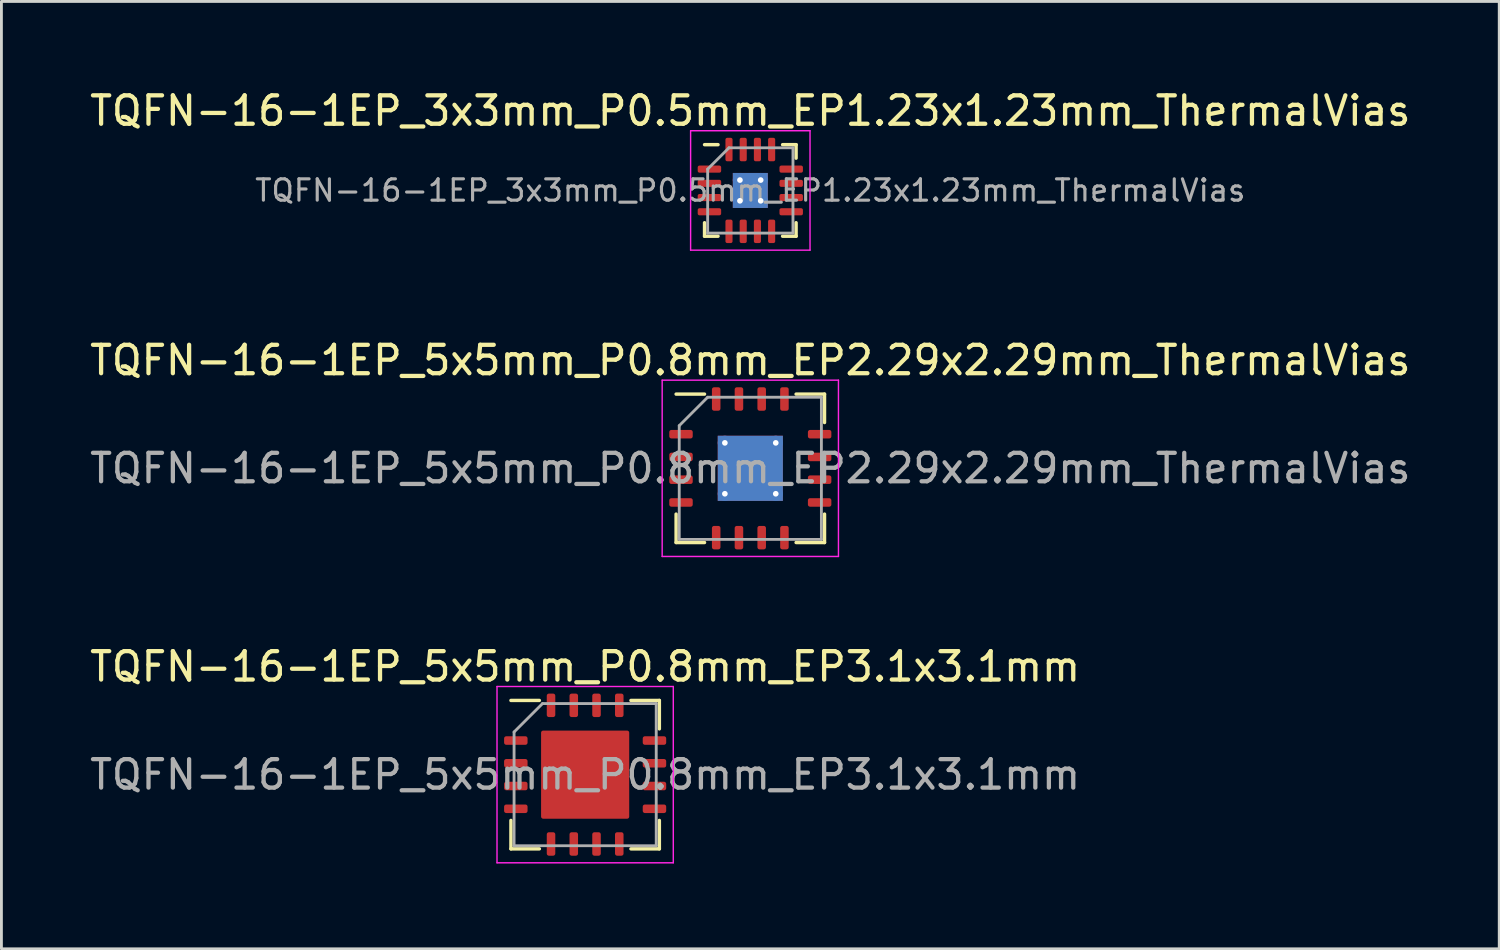
<source format=kicad_pcb>
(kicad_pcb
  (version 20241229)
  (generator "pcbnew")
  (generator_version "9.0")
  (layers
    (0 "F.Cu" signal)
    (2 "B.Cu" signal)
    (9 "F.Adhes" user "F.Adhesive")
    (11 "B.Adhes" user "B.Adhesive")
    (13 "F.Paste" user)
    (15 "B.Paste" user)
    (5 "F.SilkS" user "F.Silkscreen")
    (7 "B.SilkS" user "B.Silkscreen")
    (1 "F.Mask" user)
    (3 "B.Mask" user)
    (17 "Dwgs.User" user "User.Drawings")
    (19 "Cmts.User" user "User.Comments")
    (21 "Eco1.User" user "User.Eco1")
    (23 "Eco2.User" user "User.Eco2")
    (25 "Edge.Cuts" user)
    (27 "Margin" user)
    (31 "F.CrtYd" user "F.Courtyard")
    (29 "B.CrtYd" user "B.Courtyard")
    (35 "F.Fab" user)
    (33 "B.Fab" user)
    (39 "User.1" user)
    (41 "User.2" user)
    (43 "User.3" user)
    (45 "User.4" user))
  (footprint "TQFN-16-1EP_5x5mm_P0.8mm_EP3.1x3.1mm"
    (layer "F.Cu")
    (at 17.53 24.195)
    (property "Reference" "TQFN-16-1EP_5x5mm_P0.8mm_EP3.1x3.1mm" (at 0 -3.8 0) (layer "F.SilkS") (effects (font (size 1 1) (thickness 0.15))))
    (attr smd)
    (fp_line (start -2.61 2.61) (end -2.61 1.61) (stroke (width 0.12) (type solid)) (layer "F.SilkS"))
    (fp_line (start -1.61 -2.61) (end -2.61 -2.61) (stroke (width 0.12) (type solid)) (layer "F.SilkS"))
    (fp_line (start -1.61 2.61) (end -2.61 2.61) (stroke (width 0.12) (type solid)) (layer "F.SilkS"))
    (fp_line (start 1.61 -2.61) (end 2.61 -2.61) (stroke (width 0.12) (type solid)) (layer "F.SilkS"))
    (fp_line (start 1.61 2.61) (end 2.61 2.61) (stroke (width 0.12) (type solid)) (layer "F.SilkS"))
    (fp_line (start 2.61 -2.61) (end 2.61 -1.61) (stroke (width 0.12) (type solid)) (layer "F.SilkS"))
    (fp_line (start 2.61 2.61) (end 2.61 1.61) (stroke (width 0.12) (type solid)) (layer "F.SilkS"))
    (fp_line (start -3.1 -3.1) (end -3.1 3.1) (stroke (width 0.05) (type solid)) (layer "F.CrtYd"))
    (fp_line (start -3.1 3.1) (end 3.1 3.1) (stroke (width 0.05) (type solid)) (layer "F.CrtYd"))
    (fp_line (start 3.1 -3.1) (end -3.1 -3.1) (stroke (width 0.05) (type solid)) (layer "F.CrtYd"))
    (fp_line (start 3.1 3.1) (end 3.1 -3.1) (stroke (width 0.05) (type solid)) (layer "F.CrtYd"))
    (fp_line (start -2.5 -1.5) (end -1.5 -2.5) (stroke (width 0.1) (type solid)) (layer "F.Fab"))
    (fp_line (start -2.5 2.5) (end -2.5 -1.5) (stroke (width 0.1) (type solid)) (layer "F.Fab"))
    (fp_line (start -1.5 -2.5) (end 2.5 -2.5) (stroke (width 0.1) (type solid)) (layer "F.Fab"))
    (fp_line (start 2.5 -2.5) (end 2.5 2.5) (stroke (width 0.1) (type solid)) (layer "F.Fab"))
    (fp_line (start 2.5 2.5) (end -2.5 2.5) (stroke (width 0.1) (type solid)) (layer "F.Fab"))
    (fp_text user "${REFERENCE}" (at 0 0 0) (layer "F.Fab") (effects (font (size 1 1) (thickness 0.15))))
    (pad "" smd roundrect (at -0.775 -0.775) (size 1.25 1.25) (layers "F.Paste") (roundrect_rratio 0.2))
    (pad "" smd roundrect (at -0.775 0.775) (size 1.25 1.25) (layers "F.Paste") (roundrect_rratio 0.2))
    (pad "" smd roundrect (at 0.775 -0.775) (size 1.25 1.25) (layers "F.Paste") (roundrect_rratio 0.2))
    (pad "" smd roundrect (at 0.775 0.775) (size 1.25 1.25) (layers "F.Paste") (roundrect_rratio 0.2))
    (pad "1" smd roundrect (at -2.438 -1.2) (size 0.825 0.3) (layers "F.Cu" "F.Mask" "F.Paste") (roundrect_rratio 0.25))
    (pad "2" smd roundrect (at -2.438 -0.4) (size 0.825 0.3) (layers "F.Cu" "F.Mask" "F.Paste") (roundrect_rratio 0.25))
    (pad "3" smd roundrect (at -2.438 0.4) (size 0.825 0.3) (layers "F.Cu" "F.Mask" "F.Paste") (roundrect_rratio 0.25))
    (pad "4" smd roundrect (at -2.438 1.2) (size 0.825 0.3) (layers "F.Cu" "F.Mask" "F.Paste") (roundrect_rratio 0.25))
    (pad "5" smd roundrect (at -1.2 2.438) (size 0.3 0.825) (layers "F.Cu" "F.Mask" "F.Paste") (roundrect_rratio 0.25))
    (pad "6" smd roundrect (at -0.4 2.438) (size 0.3 0.825) (layers "F.Cu" "F.Mask" "F.Paste") (roundrect_rratio 0.25))
    (pad "7" smd roundrect (at 0.4 2.438) (size 0.3 0.825) (layers "F.Cu" "F.Mask" "F.Paste") (roundrect_rratio 0.25))
    (pad "8" smd roundrect (at 1.2 2.438) (size 0.3 0.825) (layers "F.Cu" "F.Mask" "F.Paste") (roundrect_rratio 0.25))
    (pad "9" smd roundrect (at 2.438 1.2) (size 0.825 0.3) (layers "F.Cu" "F.Mask" "F.Paste") (roundrect_rratio 0.25))
    (pad "10" smd roundrect (at 2.438 0.4) (size 0.825 0.3) (layers "F.Cu" "F.Mask" "F.Paste") (roundrect_rratio 0.25))
    (pad "11" smd roundrect (at 2.438 -0.4) (size 0.825 0.3) (layers "F.Cu" "F.Mask" "F.Paste") (roundrect_rratio 0.25))
    (pad "12" smd roundrect (at 2.438 -1.2) (size 0.825 0.3) (layers "F.Cu" "F.Mask" "F.Paste") (roundrect_rratio 0.25))
    (pad "13" smd roundrect (at 1.2 -2.438) (size 0.3 0.825) (layers "F.Cu" "F.Mask" "F.Paste") (roundrect_rratio 0.25))
    (pad "14" smd roundrect (at 0.4 -2.438) (size 0.3 0.825) (layers "F.Cu" "F.Mask" "F.Paste") (roundrect_rratio 0.25))
    (pad "15" smd roundrect (at -0.4 -2.438) (size 0.3 0.825) (layers "F.Cu" "F.Mask" "F.Paste") (roundrect_rratio 0.25))
    (pad "16" smd roundrect (at -1.2 -2.438) (size 0.3 0.825) (layers "F.Cu" "F.Mask" "F.Paste") (roundrect_rratio 0.25))
    (pad "17" smd roundrect (at 0 0) (size 3.1 3.1) (layers "F.Cu" "F.Mask") (roundrect_rratio 0.024)))
  (footprint "TQFN-16-1EP_5x5mm_P0.8mm_EP2.29x2.29mm_ThermalVias"
    (layer "F.Cu")
    (at 23.339 13.421)
    (property "Reference" "TQFN-16-1EP_5x5mm_P0.8mm_EP2.29x2.29mm_ThermalVias" (at 0 -3.8 0) (layer "F.SilkS") (effects (font (size 1 1) (thickness 0.15))))
    (attr smd)
    (fp_line (start -2.61 2.61) (end -2.61 1.61) (stroke (width 0.12) (type solid)) (layer "F.SilkS"))
    (fp_line (start -1.61 -2.61) (end -2.61 -2.61) (stroke (width 0.12) (type solid)) (layer "F.SilkS"))
    (fp_line (start -1.61 2.61) (end -2.61 2.61) (stroke (width 0.12) (type solid)) (layer "F.SilkS"))
    (fp_line (start 1.61 -2.61) (end 2.61 -2.61) (stroke (width 0.12) (type solid)) (layer "F.SilkS"))
    (fp_line (start 1.61 2.61) (end 2.61 2.61) (stroke (width 0.12) (type solid)) (layer "F.SilkS"))
    (fp_line (start 2.61 -2.61) (end 2.61 -1.61) (stroke (width 0.12) (type solid)) (layer "F.SilkS"))
    (fp_line (start 2.61 2.61) (end 2.61 1.61) (stroke (width 0.12) (type solid)) (layer "F.SilkS"))
    (fp_line (start -3.1 -3.1) (end -3.1 3.1) (stroke (width 0.05) (type solid)) (layer "F.CrtYd"))
    (fp_line (start -3.1 3.1) (end 3.1 3.1) (stroke (width 0.05) (type solid)) (layer "F.CrtYd"))
    (fp_line (start 3.1 -3.1) (end -3.1 -3.1) (stroke (width 0.05) (type solid)) (layer "F.CrtYd"))
    (fp_line (start 3.1 3.1) (end 3.1 -3.1) (stroke (width 0.05) (type solid)) (layer "F.CrtYd"))
    (fp_line (start -2.5 -1.5) (end -1.5 -2.5) (stroke (width 0.1) (type solid)) (layer "F.Fab"))
    (fp_line (start -2.5 2.5) (end -2.5 -1.5) (stroke (width 0.1) (type solid)) (layer "F.Fab"))
    (fp_line (start -1.5 -2.5) (end 2.5 -2.5) (stroke (width 0.1) (type solid)) (layer "F.Fab"))
    (fp_line (start 2.5 -2.5) (end 2.5 2.5) (stroke (width 0.1) (type solid)) (layer "F.Fab"))
    (fp_line (start 2.5 2.5) (end -2.5 2.5) (stroke (width 0.1) (type solid)) (layer "F.Fab"))
    (fp_text user "${REFERENCE}" (at 0 0 0) (layer "F.Fab") (effects (font (size 1 1) (thickness 0.15))))
    (pad "" smd roundrect (at -0.57 -0.57) (size 0.99 0.99) (layers "F.Paste") (roundrect_rratio 0.25))
    (pad "" smd roundrect (at -0.57 0.57) (size 0.99 0.99) (layers "F.Paste") (roundrect_rratio 0.25))
    (pad "" smd roundrect (at 0.57 -0.57) (size 0.99 0.99) (layers "F.Paste") (roundrect_rratio 0.25))
    (pad "" smd roundrect (at 0.57 0.57) (size 0.99 0.99) (layers "F.Paste") (roundrect_rratio 0.25))
    (pad "1" smd roundrect (at -2.438 -1.2) (size 0.825 0.3) (layers "F.Cu" "F.Mask" "F.Paste") (roundrect_rratio 0.25))
    (pad "2" smd roundrect (at -2.438 -0.4) (size 0.825 0.3) (layers "F.Cu" "F.Mask" "F.Paste") (roundrect_rratio 0.25))
    (pad "3" smd roundrect (at -2.438 0.4) (size 0.825 0.3) (layers "F.Cu" "F.Mask" "F.Paste") (roundrect_rratio 0.25))
    (pad "4" smd roundrect (at -2.438 1.2) (size 0.825 0.3) (layers "F.Cu" "F.Mask" "F.Paste") (roundrect_rratio 0.25))
    (pad "5" smd roundrect (at -1.2 2.438) (size 0.3 0.825) (layers "F.Cu" "F.Mask" "F.Paste") (roundrect_rratio 0.25))
    (pad "6" smd roundrect (at -0.4 2.438) (size 0.3 0.825) (layers "F.Cu" "F.Mask" "F.Paste") (roundrect_rratio 0.25))
    (pad "7" smd roundrect (at 0.4 2.438) (size 0.3 0.825) (layers "F.Cu" "F.Mask" "F.Paste") (roundrect_rratio 0.25))
    (pad "8" smd roundrect (at 1.2 2.438) (size 0.3 0.825) (layers "F.Cu" "F.Mask" "F.Paste") (roundrect_rratio 0.25))
    (pad "9" smd roundrect (at 2.438 1.2) (size 0.825 0.3) (layers "F.Cu" "F.Mask" "F.Paste") (roundrect_rratio 0.25))
    (pad "10" smd roundrect (at 2.438 0.4) (size 0.825 0.3) (layers "F.Cu" "F.Mask" "F.Paste") (roundrect_rratio 0.25))
    (pad "11" smd roundrect (at 2.438 -0.4) (size 0.825 0.3) (layers "F.Cu" "F.Mask" "F.Paste") (roundrect_rratio 0.25))
    (pad "12" smd roundrect (at 2.438 -1.2) (size 0.825 0.3) (layers "F.Cu" "F.Mask" "F.Paste") (roundrect_rratio 0.25))
    (pad "13" smd roundrect (at 1.2 -2.438) (size 0.3 0.825) (layers "F.Cu" "F.Mask" "F.Paste") (roundrect_rratio 0.25))
    (pad "14" smd roundrect (at 0.4 -2.438) (size 0.3 0.825) (layers "F.Cu" "F.Mask" "F.Paste") (roundrect_rratio 0.25))
    (pad "15" smd roundrect (at -0.4 -2.438) (size 0.3 0.825) (layers "F.Cu" "F.Mask" "F.Paste") (roundrect_rratio 0.25))
    (pad "16" smd roundrect (at -1.2 -2.438) (size 0.3 0.825) (layers "F.Cu" "F.Mask" "F.Paste") (roundrect_rratio 0.25))
    (pad "17" thru_hole circle (at -0.895 -0.895) (size 0.5 0.5) (drill 0.2) (layers "*.Cu"))
    (pad "17" thru_hole circle (at -0.895 0.895) (size 0.5 0.5) (drill 0.2) (layers "*.Cu"))
    (pad "17" smd rect (at 0 0) (size 2.29 2.29) (layers "F.Cu" "F.Mask"))
    (pad "17" smd rect (at 0 0) (size 2.29 2.29) (layers "B.Cu"))
    (pad "17" thru_hole circle (at 0.895 -0.895) (size 0.5 0.5) (drill 0.2) (layers "*.Cu"))
    (pad "17" thru_hole circle (at 0.895 0.895) (size 0.5 0.5) (drill 0.2) (layers "*.Cu")))
  (footprint "TQFN-16-1EP_3x3mm_P0.5mm_EP1.23x1.23mm_ThermalVias"
    (layer "F.Cu")
    (at 23.339 3.648)
    (property "Reference" "TQFN-16-1EP_3x3mm_P0.5mm_EP1.23x1.23mm_ThermalVias" (at 0 -2.8 0) (layer "F.SilkS") (effects (font (size 1 1) (thickness 0.15))))
    (attr smd)
    (fp_line (start -1.61 1.61) (end -1.61 1.135) (stroke (width 0.12) (type solid)) (layer "F.SilkS"))
    (fp_line (start -1.135 -1.61) (end -1.61 -1.61) (stroke (width 0.12) (type solid)) (layer "F.SilkS"))
    (fp_line (start -1.135 1.61) (end -1.61 1.61) (stroke (width 0.12) (type solid)) (layer "F.SilkS"))
    (fp_line (start 1.135 -1.61) (end 1.61 -1.61) (stroke (width 0.12) (type solid)) (layer "F.SilkS"))
    (fp_line (start 1.135 1.61) (end 1.61 1.61) (stroke (width 0.12) (type solid)) (layer "F.SilkS"))
    (fp_line (start 1.61 -1.61) (end 1.61 -1.135) (stroke (width 0.12) (type solid)) (layer "F.SilkS"))
    (fp_line (start 1.61 1.61) (end 1.61 1.135) (stroke (width 0.12) (type solid)) (layer "F.SilkS"))
    (fp_line (start -2.1 -2.1) (end -2.1 2.1) (stroke (width 0.05) (type solid)) (layer "F.CrtYd"))
    (fp_line (start -2.1 2.1) (end 2.1 2.1) (stroke (width 0.05) (type solid)) (layer "F.CrtYd"))
    (fp_line (start 2.1 -2.1) (end -2.1 -2.1) (stroke (width 0.05) (type solid)) (layer "F.CrtYd"))
    (fp_line (start 2.1 2.1) (end 2.1 -2.1) (stroke (width 0.05) (type solid)) (layer "F.CrtYd"))
    (fp_line (start -1.5 -0.75) (end -0.75 -1.5) (stroke (width 0.1) (type solid)) (layer "F.Fab"))
    (fp_line (start -1.5 1.5) (end -1.5 -0.75) (stroke (width 0.1) (type solid)) (layer "F.Fab"))
    (fp_line (start -0.75 -1.5) (end 1.5 -1.5) (stroke (width 0.1) (type solid)) (layer "F.Fab"))
    (fp_line (start 1.5 -1.5) (end 1.5 1.5) (stroke (width 0.1) (type solid)) (layer "F.Fab"))
    (fp_line (start 1.5 1.5) (end -1.5 1.5) (stroke (width 0.1) (type solid)) (layer "F.Fab"))
    (fp_text user "${REFERENCE}" (at 0 0 0) (layer "F.Fab") (effects (font (size 0.75 0.75) (thickness 0.11))))
    (pad "" smd roundrect (at -0.31 -0.31) (size 0.53 0.53) (layers "F.Paste") (roundrect_rratio 0.25))
    (pad "" smd roundrect (at -0.31 0.31) (size 0.53 0.53) (layers "F.Paste") (roundrect_rratio 0.25))
    (pad "" smd roundrect (at 0.31 -0.31) (size 0.53 0.53) (layers "F.Paste") (roundrect_rratio 0.25))
    (pad "" smd roundrect (at 0.31 0.31) (size 0.53 0.53) (layers "F.Paste") (roundrect_rratio 0.25))
    (pad "1" smd roundrect (at -1.438 -0.75) (size 0.825 0.25) (layers "F.Cu" "F.Mask" "F.Paste") (roundrect_rratio 0.25))
    (pad "2" smd roundrect (at -1.438 -0.25) (size 0.825 0.25) (layers "F.Cu" "F.Mask" "F.Paste") (roundrect_rratio 0.25))
    (pad "3" smd roundrect (at -1.438 0.25) (size 0.825 0.25) (layers "F.Cu" "F.Mask" "F.Paste") (roundrect_rratio 0.25))
    (pad "4" smd roundrect (at -1.438 0.75) (size 0.825 0.25) (layers "F.Cu" "F.Mask" "F.Paste") (roundrect_rratio 0.25))
    (pad "5" smd roundrect (at -0.75 1.438) (size 0.25 0.825) (layers "F.Cu" "F.Mask" "F.Paste") (roundrect_rratio 0.25))
    (pad "6" smd roundrect (at -0.25 1.438) (size 0.25 0.825) (layers "F.Cu" "F.Mask" "F.Paste") (roundrect_rratio 0.25))
    (pad "7" smd roundrect (at 0.25 1.438) (size 0.25 0.825) (layers "F.Cu" "F.Mask" "F.Paste") (roundrect_rratio 0.25))
    (pad "8" smd roundrect (at 0.75 1.438) (size 0.25 0.825) (layers "F.Cu" "F.Mask" "F.Paste") (roundrect_rratio 0.25))
    (pad "9" smd roundrect (at 1.438 0.75) (size 0.825 0.25) (layers "F.Cu" "F.Mask" "F.Paste") (roundrect_rratio 0.25))
    (pad "10" smd roundrect (at 1.438 0.25) (size 0.825 0.25) (layers "F.Cu" "F.Mask" "F.Paste") (roundrect_rratio 0.25))
    (pad "11" smd roundrect (at 1.438 -0.25) (size 0.825 0.25) (layers "F.Cu" "F.Mask" "F.Paste") (roundrect_rratio 0.25))
    (pad "12" smd roundrect (at 1.438 -0.75) (size 0.825 0.25) (layers "F.Cu" "F.Mask" "F.Paste") (roundrect_rratio 0.25))
    (pad "13" smd roundrect (at 0.75 -1.438) (size 0.25 0.825) (layers "F.Cu" "F.Mask" "F.Paste") (roundrect_rratio 0.25))
    (pad "14" smd roundrect (at 0.25 -1.438) (size 0.25 0.825) (layers "F.Cu" "F.Mask" "F.Paste") (roundrect_rratio 0.25))
    (pad "15" smd roundrect (at -0.25 -1.438) (size 0.25 0.825) (layers "F.Cu" "F.Mask" "F.Paste") (roundrect_rratio 0.25))
    (pad "16" smd roundrect (at -0.75 -1.438) (size 0.25 0.825) (layers "F.Cu" "F.Mask" "F.Paste") (roundrect_rratio 0.25))
    (pad "17" thru_hole circle (at -0.365 -0.365) (size 0.5 0.5) (drill 0.2) (layers "*.Cu"))
    (pad "17" thru_hole circle (at -0.365 0.365) (size 0.5 0.5) (drill 0.2) (layers "*.Cu"))
    (pad "17" smd rect (at 0 0) (size 1.23 1.23) (layers "F.Cu" "F.Mask"))
    (pad "17" smd rect (at 0 0) (size 1.23 1.23) (layers "B.Cu"))
    (pad "17" thru_hole circle (at 0.365 -0.365) (size 0.5 0.5) (drill 0.2) (layers "*.Cu"))
    (pad "17" thru_hole circle (at 0.365 0.365) (size 0.5 0.5) (drill 0.2) (layers "*.Cu")))
  (gr_rect
    (start -3 -3)
    (end 49.679 30.32)
    (stroke (width 0.1) (type default))
    (fill no)
    (layer "Edge.Cuts")))
</source>
